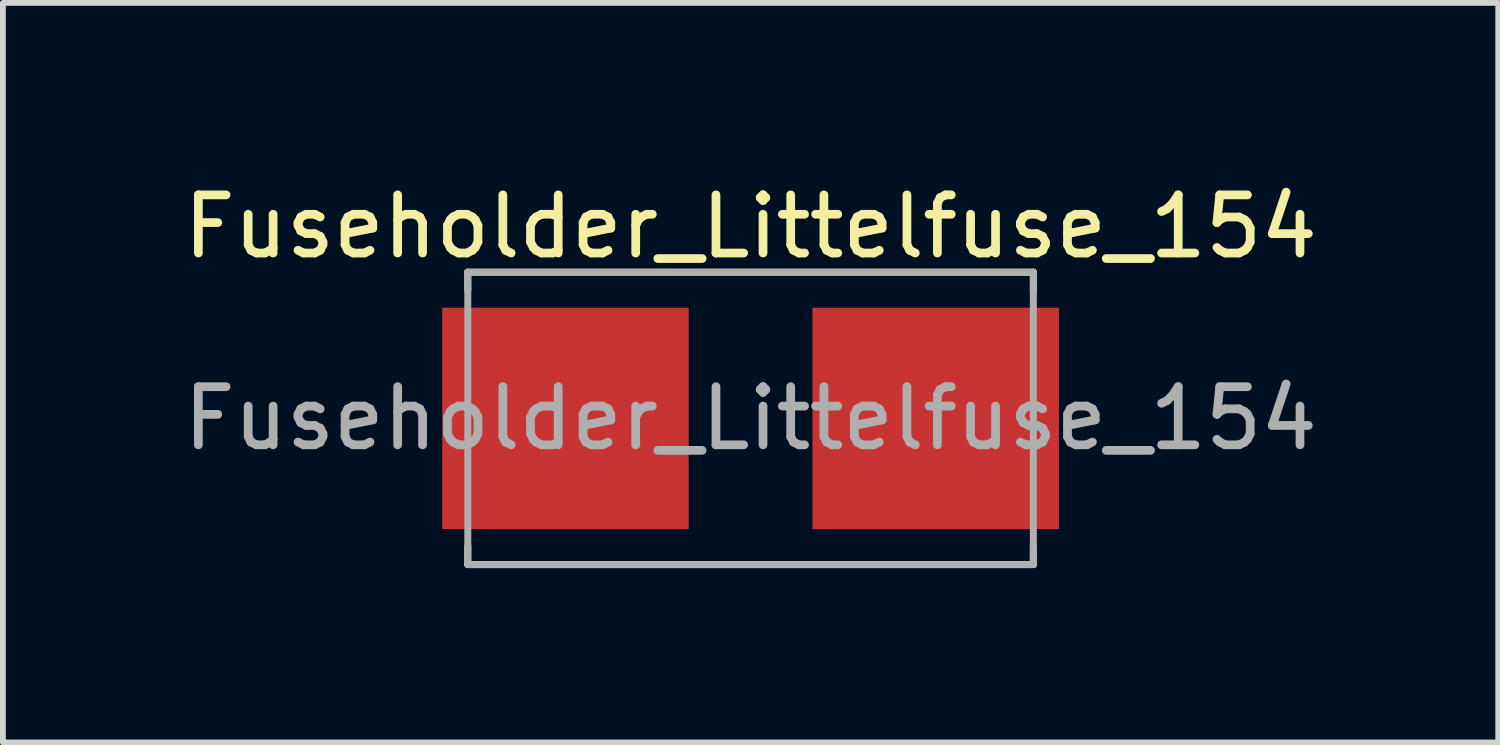
<source format=kicad_pcb>
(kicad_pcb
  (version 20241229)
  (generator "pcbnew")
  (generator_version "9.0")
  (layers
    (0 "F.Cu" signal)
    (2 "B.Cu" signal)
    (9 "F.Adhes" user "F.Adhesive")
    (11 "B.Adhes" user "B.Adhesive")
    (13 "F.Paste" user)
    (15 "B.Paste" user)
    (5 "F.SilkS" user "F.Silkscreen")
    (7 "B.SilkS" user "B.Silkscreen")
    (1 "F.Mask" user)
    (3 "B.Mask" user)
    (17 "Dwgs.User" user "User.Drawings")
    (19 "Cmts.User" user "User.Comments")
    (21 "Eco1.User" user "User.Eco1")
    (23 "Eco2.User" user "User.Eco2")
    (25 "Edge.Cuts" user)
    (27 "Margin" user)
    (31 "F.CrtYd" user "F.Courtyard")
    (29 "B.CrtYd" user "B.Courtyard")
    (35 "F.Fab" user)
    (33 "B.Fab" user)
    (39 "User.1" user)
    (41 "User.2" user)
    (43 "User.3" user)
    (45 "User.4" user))
  (footprint "Fuseholder_Littelfuse_154"
    (layer "F.Cu")
    (at 9.863 4.148)
    (property "Reference" "Fuseholder_Littelfuse_154" (at 0 -3.3 0) (layer "F.SilkS") (effects (font (size 1 1) (thickness 0.15))))
    (attr smd)
    (fp_line (start -4.865 -2.515) (end -4.865 -2.2) (stroke (width 0.12) (type solid)) (layer "F.SilkS"))
    (fp_line (start -4.865 -2.515) (end 4.865 -2.515) (stroke (width 0.12) (type solid)) (layer "F.SilkS"))
    (fp_line (start -4.865 2.515) (end -4.865 2.2) (stroke (width 0.12) (type solid)) (layer "F.SilkS"))
    (fp_line (start -4.865 2.515) (end 4.865 2.515) (stroke (width 0.12) (type solid)) (layer "F.SilkS"))
    (fp_line (start 4.865 -2.515) (end 4.865 -2.2) (stroke (width 0.12) (type solid)) (layer "F.SilkS"))
    (fp_line (start 4.865 2.515) (end 4.865 2.2) (stroke (width 0.12) (type solid)) (layer "F.SilkS"))
    (fp_line (start -4.865 -2.515) (end 4.865 -2.515) (stroke (width 0.12) (type solid)) (layer "F.Fab"))
    (fp_line (start -4.865 2.515) (end -4.865 -2.515) (stroke (width 0.12) (type solid)) (layer "F.Fab"))
    (fp_line (start 4.865 -2.515) (end 4.865 2.515) (stroke (width 0.12) (type solid)) (layer "F.Fab"))
    (fp_line (start 4.865 2.515) (end -4.865 2.515) (stroke (width 0.12) (type solid)) (layer "F.Fab"))
    (fp_text user "${REFERENCE}" (at 0 0 0) (layer "F.Fab") (effects (font (size 1 1) (thickness 0.15))))
    (pad "1" smd rect (at -3.185 0) (size 4.24 3.81) (layers "F.Cu" "F.Mask" "F.Paste"))
    (pad "2" smd rect (at 3.185 0) (size 4.24 3.81) (layers "F.Cu" "F.Mask" "F.Paste")))
  (gr_rect
    (start -3 -3)
    (end 22.726 9.723)
    (stroke (width 0.1) (type default))
    (fill no)
    (layer "Edge.Cuts")))
</source>
